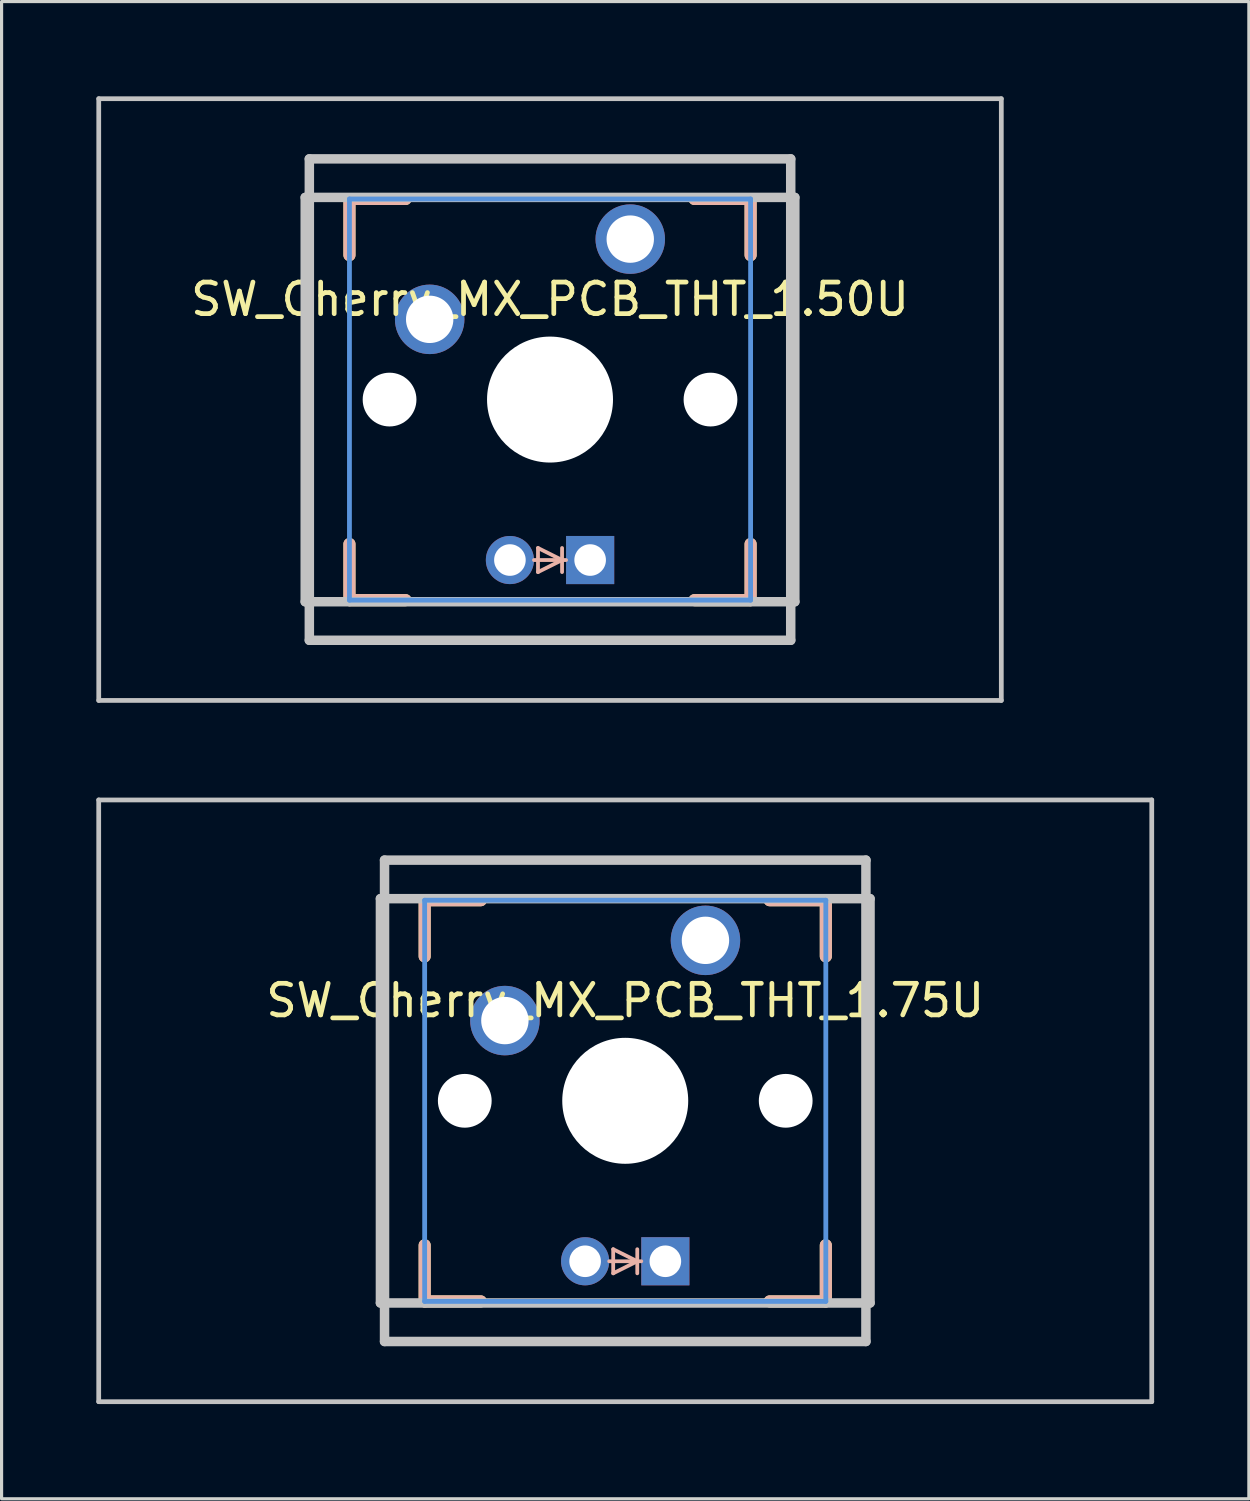
<source format=kicad_pcb>
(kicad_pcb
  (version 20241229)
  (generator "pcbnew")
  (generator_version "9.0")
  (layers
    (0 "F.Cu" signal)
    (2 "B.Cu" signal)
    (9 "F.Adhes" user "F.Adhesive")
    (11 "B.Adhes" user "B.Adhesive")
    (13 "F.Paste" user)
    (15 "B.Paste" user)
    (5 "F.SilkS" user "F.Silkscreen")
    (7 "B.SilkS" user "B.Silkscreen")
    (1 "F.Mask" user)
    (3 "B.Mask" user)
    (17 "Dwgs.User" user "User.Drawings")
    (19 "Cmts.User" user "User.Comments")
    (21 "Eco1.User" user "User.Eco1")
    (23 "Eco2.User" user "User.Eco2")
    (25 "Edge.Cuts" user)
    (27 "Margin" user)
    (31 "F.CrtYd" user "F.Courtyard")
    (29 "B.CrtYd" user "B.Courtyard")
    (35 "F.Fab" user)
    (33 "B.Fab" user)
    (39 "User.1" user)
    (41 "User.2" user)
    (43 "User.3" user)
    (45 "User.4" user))
  (footprint "SW_Cherry_MX_PCB_THT_1.75U"
    (layer "F.Cu")
    (at 16.744 31.8)
    (property "Reference" "SW_Cherry_MX_PCB_THT_1.75U" (at 0 -3.175 0) (layer "F.SilkS") (effects (font (size 1 1) (thickness 0.15))))
    (attr exclude_from_pos_files exclude_from_bom)
    (fp_line (start -6.35 -6.35) (end -4.572 -6.35) (stroke (width 0.381) (type solid)) (layer "F.SilkS"))
    (fp_line (start -6.35 -4.572) (end -6.35 -6.35) (stroke (width 0.381) (type solid)) (layer "F.SilkS"))
    (fp_line (start -6.35 6.35) (end -6.35 4.572) (stroke (width 0.381) (type solid)) (layer "F.SilkS"))
    (fp_line (start -4.572 6.35) (end -6.35 6.35) (stroke (width 0.381) (type solid)) (layer "F.SilkS"))
    (fp_line (start 4.572 -6.35) (end 6.35 -6.35) (stroke (width 0.381) (type solid)) (layer "F.SilkS"))
    (fp_line (start 6.35 -6.35) (end 6.35 -4.572) (stroke (width 0.381) (type solid)) (layer "F.SilkS"))
    (fp_line (start 6.35 4.572) (end 6.35 6.35) (stroke (width 0.381) (type solid)) (layer "F.SilkS"))
    (fp_line (start 6.35 6.35) (end 4.572 6.35) (stroke (width 0.381) (type solid)) (layer "F.SilkS"))
    (fp_line (start -6.35 -6.35) (end -6.35 -4.572) (stroke (width 0.381) (type solid)) (layer "B.SilkS"))
    (fp_line (start -6.35 4.572) (end -6.35 6.35) (stroke (width 0.381) (type solid)) (layer "B.SilkS"))
    (fp_line (start -6.35 6.35) (end -4.572 6.35) (stroke (width 0.381) (type solid)) (layer "B.SilkS"))
    (fp_line (start -4.572 -6.35) (end -6.35 -6.35) (stroke (width 0.381) (type solid)) (layer "B.SilkS"))
    (fp_line (start -0.381 4.699) (end 0.381 5.08) (stroke (width 0.12) (type solid)) (layer "B.SilkS"))
    (fp_line (start -0.381 5.461) (end -0.381 4.699) (stroke (width 0.12) (type solid)) (layer "B.SilkS"))
    (fp_line (start -0.381 5.461) (end 0.381 5.08) (stroke (width 0.12) (type solid)) (layer "B.SilkS"))
    (fp_line (start 0.381 5.461) (end 0.381 4.699) (stroke (width 0.12) (type solid)) (layer "B.SilkS"))
    (fp_line (start 0.508 5.08) (end -0.508 5.08) (stroke (width 0.12) (type solid)) (layer "B.SilkS"))
    (fp_line (start 4.572 6.35) (end 6.35 6.35) (stroke (width 0.381) (type solid)) (layer "B.SilkS"))
    (fp_line (start 6.35 -6.35) (end 4.572 -6.35) (stroke (width 0.381) (type solid)) (layer "B.SilkS"))
    (fp_line (start 6.35 -4.572) (end 6.35 -6.35) (stroke (width 0.381) (type solid)) (layer "B.SilkS"))
    (fp_line (start 6.35 6.35) (end 6.35 4.572) (stroke (width 0.381) (type solid)) (layer "B.SilkS"))
    (fp_line (start -16.669 -9.525) (end 16.669 -9.525) (stroke (width 0.15) (type solid)) (layer "Dwgs.User"))
    (fp_line (start -16.669 9.525) (end -16.669 -9.525) (stroke (width 0.15) (type solid)) (layer "Dwgs.User"))
    (fp_line (start -7.75 6.4) (end -7.75 -6.4) (stroke (width 0.3) (type solid)) (layer "Dwgs.User"))
    (fp_line (start -7.75 6.4) (end 7.75 6.4) (stroke (width 0.3) (type solid)) (layer "Dwgs.User"))
    (fp_line (start -7.62 -7.62) (end 7.62 -7.62) (stroke (width 0.3) (type solid)) (layer "Dwgs.User"))
    (fp_line (start -7.62 7.62) (end -7.62 -7.62) (stroke (width 0.3) (type solid)) (layer "Dwgs.User"))
    (fp_line (start 7.62 -7.62) (end 7.62 7.62) (stroke (width 0.3) (type solid)) (layer "Dwgs.User"))
    (fp_line (start 7.62 7.62) (end -7.62 7.62) (stroke (width 0.3) (type solid)) (layer "Dwgs.User"))
    (fp_line (start 7.75 -6.4) (end -7.75 -6.4) (stroke (width 0.3) (type solid)) (layer "Dwgs.User"))
    (fp_line (start 7.75 6.4) (end 7.75 -6.4) (stroke (width 0.3) (type solid)) (layer "Dwgs.User"))
    (fp_line (start 16.669 -9.525) (end 16.669 9.525) (stroke (width 0.15) (type solid)) (layer "Dwgs.User"))
    (fp_line (start 16.669 9.525) (end -16.669 9.525) (stroke (width 0.15) (type solid)) (layer "Dwgs.User"))
    (fp_line (start -6.35 -6.35) (end 6.35 -6.35) (stroke (width 0.152) (type solid)) (layer "Cmts.User"))
    (fp_line (start -6.35 6.35) (end -6.35 -6.35) (stroke (width 0.152) (type solid)) (layer "Cmts.User"))
    (fp_line (start 6.35 -6.35) (end 6.35 6.35) (stroke (width 0.152) (type solid)) (layer "Cmts.User"))
    (fp_line (start 6.35 6.35) (end -6.35 6.35) (stroke (width 0.152) (type solid)) (layer "Cmts.User"))
    (fp_line (start -6.985 -6.985) (end 6.985 -6.985) (stroke (width 0.152) (type solid)) (layer "Eco2.User"))
    (fp_line (start -6.985 6.985) (end -6.985 -6.985) (stroke (width 0.152) (type solid)) (layer "Eco2.User"))
    (fp_line (start 6.985 -6.985) (end 6.985 6.985) (stroke (width 0.152) (type solid)) (layer "Eco2.User"))
    (fp_line (start 6.985 6.985) (end -6.985 6.985) (stroke (width 0.152) (type solid)) (layer "Eco2.User"))
    (pad "" np_thru_hole circle (at -5.08 0) (size 1.702 1.702) (drill 1.702) (layers "*.Cu" "*.Mask"))
    (pad "" np_thru_hole circle (at 0 0) (size 3.988 3.988) (drill 3.988) (layers "*.Cu" "*.Mask"))
    (pad "" np_thru_hole circle (at 5.08 0) (size 1.702 1.702) (drill 1.702) (layers "*.Cu" "*.Mask"))
    (pad "1" thru_hole circle (at -3.81 -2.54) (size 2.2 2.2) (drill 1.5) (layers "*.Cu" "*.Mask"))
    (pad "2" thru_hole circle (at 2.54 -5.08) (size 2.2 2.2) (drill 1.5) (layers "*.Cu" "*.Mask"))
    (pad "3" thru_hole rect (at 1.27 5.08 180) (size 1.524 1.524) (drill 1) (layers "*.Cu" "*.Mask"))
    (pad "4" thru_hole circle (at -1.27 5.08 180) (size 1.524 1.524) (drill 1) (layers "*.Cu" "*.Mask")))
  (footprint "SW_Cherry_MX_PCB_THT_1.50U"
    (layer "F.Cu")
    (at 14.363 9.6)
    (property "Reference" "SW_Cherry_MX_PCB_THT_1.50U" (at 0 -3.175 0) (layer "F.SilkS") (effects (font (size 1 1) (thickness 0.15))))
    (attr exclude_from_pos_files exclude_from_bom)
    (fp_line (start -6.35 -6.35) (end -4.572 -6.35) (stroke (width 0.381) (type solid)) (layer "F.SilkS"))
    (fp_line (start -6.35 -4.572) (end -6.35 -6.35) (stroke (width 0.381) (type solid)) (layer "F.SilkS"))
    (fp_line (start -6.35 6.35) (end -6.35 4.572) (stroke (width 0.381) (type solid)) (layer "F.SilkS"))
    (fp_line (start -4.572 6.35) (end -6.35 6.35) (stroke (width 0.381) (type solid)) (layer "F.SilkS"))
    (fp_line (start 4.572 -6.35) (end 6.35 -6.35) (stroke (width 0.381) (type solid)) (layer "F.SilkS"))
    (fp_line (start 6.35 -6.35) (end 6.35 -4.572) (stroke (width 0.381) (type solid)) (layer "F.SilkS"))
    (fp_line (start 6.35 4.572) (end 6.35 6.35) (stroke (width 0.381) (type solid)) (layer "F.SilkS"))
    (fp_line (start 6.35 6.35) (end 4.572 6.35) (stroke (width 0.381) (type solid)) (layer "F.SilkS"))
    (fp_line (start -6.35 -6.35) (end -6.35 -4.572) (stroke (width 0.381) (type solid)) (layer "B.SilkS"))
    (fp_line (start -6.35 4.572) (end -6.35 6.35) (stroke (width 0.381) (type solid)) (layer "B.SilkS"))
    (fp_line (start -6.35 6.35) (end -4.572 6.35) (stroke (width 0.381) (type solid)) (layer "B.SilkS"))
    (fp_line (start -4.572 -6.35) (end -6.35 -6.35) (stroke (width 0.381) (type solid)) (layer "B.SilkS"))
    (fp_line (start -0.381 4.699) (end 0.381 5.08) (stroke (width 0.12) (type solid)) (layer "B.SilkS"))
    (fp_line (start -0.381 5.461) (end -0.381 4.699) (stroke (width 0.12) (type solid)) (layer "B.SilkS"))
    (fp_line (start -0.381 5.461) (end 0.381 5.08) (stroke (width 0.12) (type solid)) (layer "B.SilkS"))
    (fp_line (start 0.381 5.461) (end 0.381 4.699) (stroke (width 0.12) (type solid)) (layer "B.SilkS"))
    (fp_line (start 0.508 5.08) (end -0.508 5.08) (stroke (width 0.12) (type solid)) (layer "B.SilkS"))
    (fp_line (start 4.572 6.35) (end 6.35 6.35) (stroke (width 0.381) (type solid)) (layer "B.SilkS"))
    (fp_line (start 6.35 -6.35) (end 4.572 -6.35) (stroke (width 0.381) (type solid)) (layer "B.SilkS"))
    (fp_line (start 6.35 -4.572) (end 6.35 -6.35) (stroke (width 0.381) (type solid)) (layer "B.SilkS"))
    (fp_line (start 6.35 6.35) (end 6.35 4.572) (stroke (width 0.381) (type solid)) (layer "B.SilkS"))
    (fp_line (start -14.287 -9.525) (end 14.287 -9.525) (stroke (width 0.15) (type solid)) (layer "Dwgs.User"))
    (fp_line (start -14.287 9.525) (end -14.287 -9.525) (stroke (width 0.15) (type solid)) (layer "Dwgs.User"))
    (fp_line (start -7.75 6.4) (end -7.75 -6.4) (stroke (width 0.3) (type solid)) (layer "Dwgs.User"))
    (fp_line (start -7.75 6.4) (end 7.75 6.4) (stroke (width 0.3) (type solid)) (layer "Dwgs.User"))
    (fp_line (start -7.62 -7.62) (end 7.62 -7.62) (stroke (width 0.3) (type solid)) (layer "Dwgs.User"))
    (fp_line (start -7.62 7.62) (end -7.62 -7.62) (stroke (width 0.3) (type solid)) (layer "Dwgs.User"))
    (fp_line (start 7.62 -7.62) (end 7.62 7.62) (stroke (width 0.3) (type solid)) (layer "Dwgs.User"))
    (fp_line (start 7.62 7.62) (end -7.62 7.62) (stroke (width 0.3) (type solid)) (layer "Dwgs.User"))
    (fp_line (start 7.75 -6.4) (end -7.75 -6.4) (stroke (width 0.3) (type solid)) (layer "Dwgs.User"))
    (fp_line (start 7.75 6.4) (end 7.75 -6.4) (stroke (width 0.3) (type solid)) (layer "Dwgs.User"))
    (fp_line (start 14.287 -9.525) (end 14.287 9.525) (stroke (width 0.15) (type solid)) (layer "Dwgs.User"))
    (fp_line (start 14.287 9.525) (end -14.287 9.525) (stroke (width 0.15) (type solid)) (layer "Dwgs.User"))
    (fp_line (start -6.35 -6.35) (end 6.35 -6.35) (stroke (width 0.152) (type solid)) (layer "Cmts.User"))
    (fp_line (start -6.35 6.35) (end -6.35 -6.35) (stroke (width 0.152) (type solid)) (layer "Cmts.User"))
    (fp_line (start 6.35 -6.35) (end 6.35 6.35) (stroke (width 0.152) (type solid)) (layer "Cmts.User"))
    (fp_line (start 6.35 6.35) (end -6.35 6.35) (stroke (width 0.152) (type solid)) (layer "Cmts.User"))
    (fp_line (start -6.985 -6.985) (end 6.985 -6.985) (stroke (width 0.152) (type solid)) (layer "Eco2.User"))
    (fp_line (start -6.985 6.985) (end -6.985 -6.985) (stroke (width 0.152) (type solid)) (layer "Eco2.User"))
    (fp_line (start 6.985 -6.985) (end 6.985 6.985) (stroke (width 0.152) (type solid)) (layer "Eco2.User"))
    (fp_line (start 6.985 6.985) (end -6.985 6.985) (stroke (width 0.152) (type solid)) (layer "Eco2.User"))
    (pad "" np_thru_hole circle (at -5.08 0) (size 1.702 1.702) (drill 1.702) (layers "*.Cu" "*.Mask"))
    (pad "" np_thru_hole circle (at 0 0) (size 3.988 3.988) (drill 3.988) (layers "*.Cu" "*.Mask"))
    (pad "" np_thru_hole circle (at 5.08 0) (size 1.702 1.702) (drill 1.702) (layers "*.Cu" "*.Mask"))
    (pad "1" thru_hole circle (at -3.81 -2.54) (size 2.2 2.2) (drill 1.5) (layers "*.Cu" "*.Mask"))
    (pad "2" thru_hole circle (at 2.54 -5.08) (size 2.2 2.2) (drill 1.5) (layers "*.Cu" "*.Mask"))
    (pad "3" thru_hole rect (at 1.27 5.08 180) (size 1.524 1.524) (drill 1) (layers "*.Cu" "*.Mask"))
    (pad "4" thru_hole circle (at -1.27 5.08 180) (size 1.524 1.524) (drill 1) (layers "*.Cu" "*.Mask")))
  (gr_rect
    (start -3 -3)
    (end 36.487 44.4)
    (stroke (width 0.1) (type default))
    (fill no)
    (layer "Edge.Cuts")))
</source>
